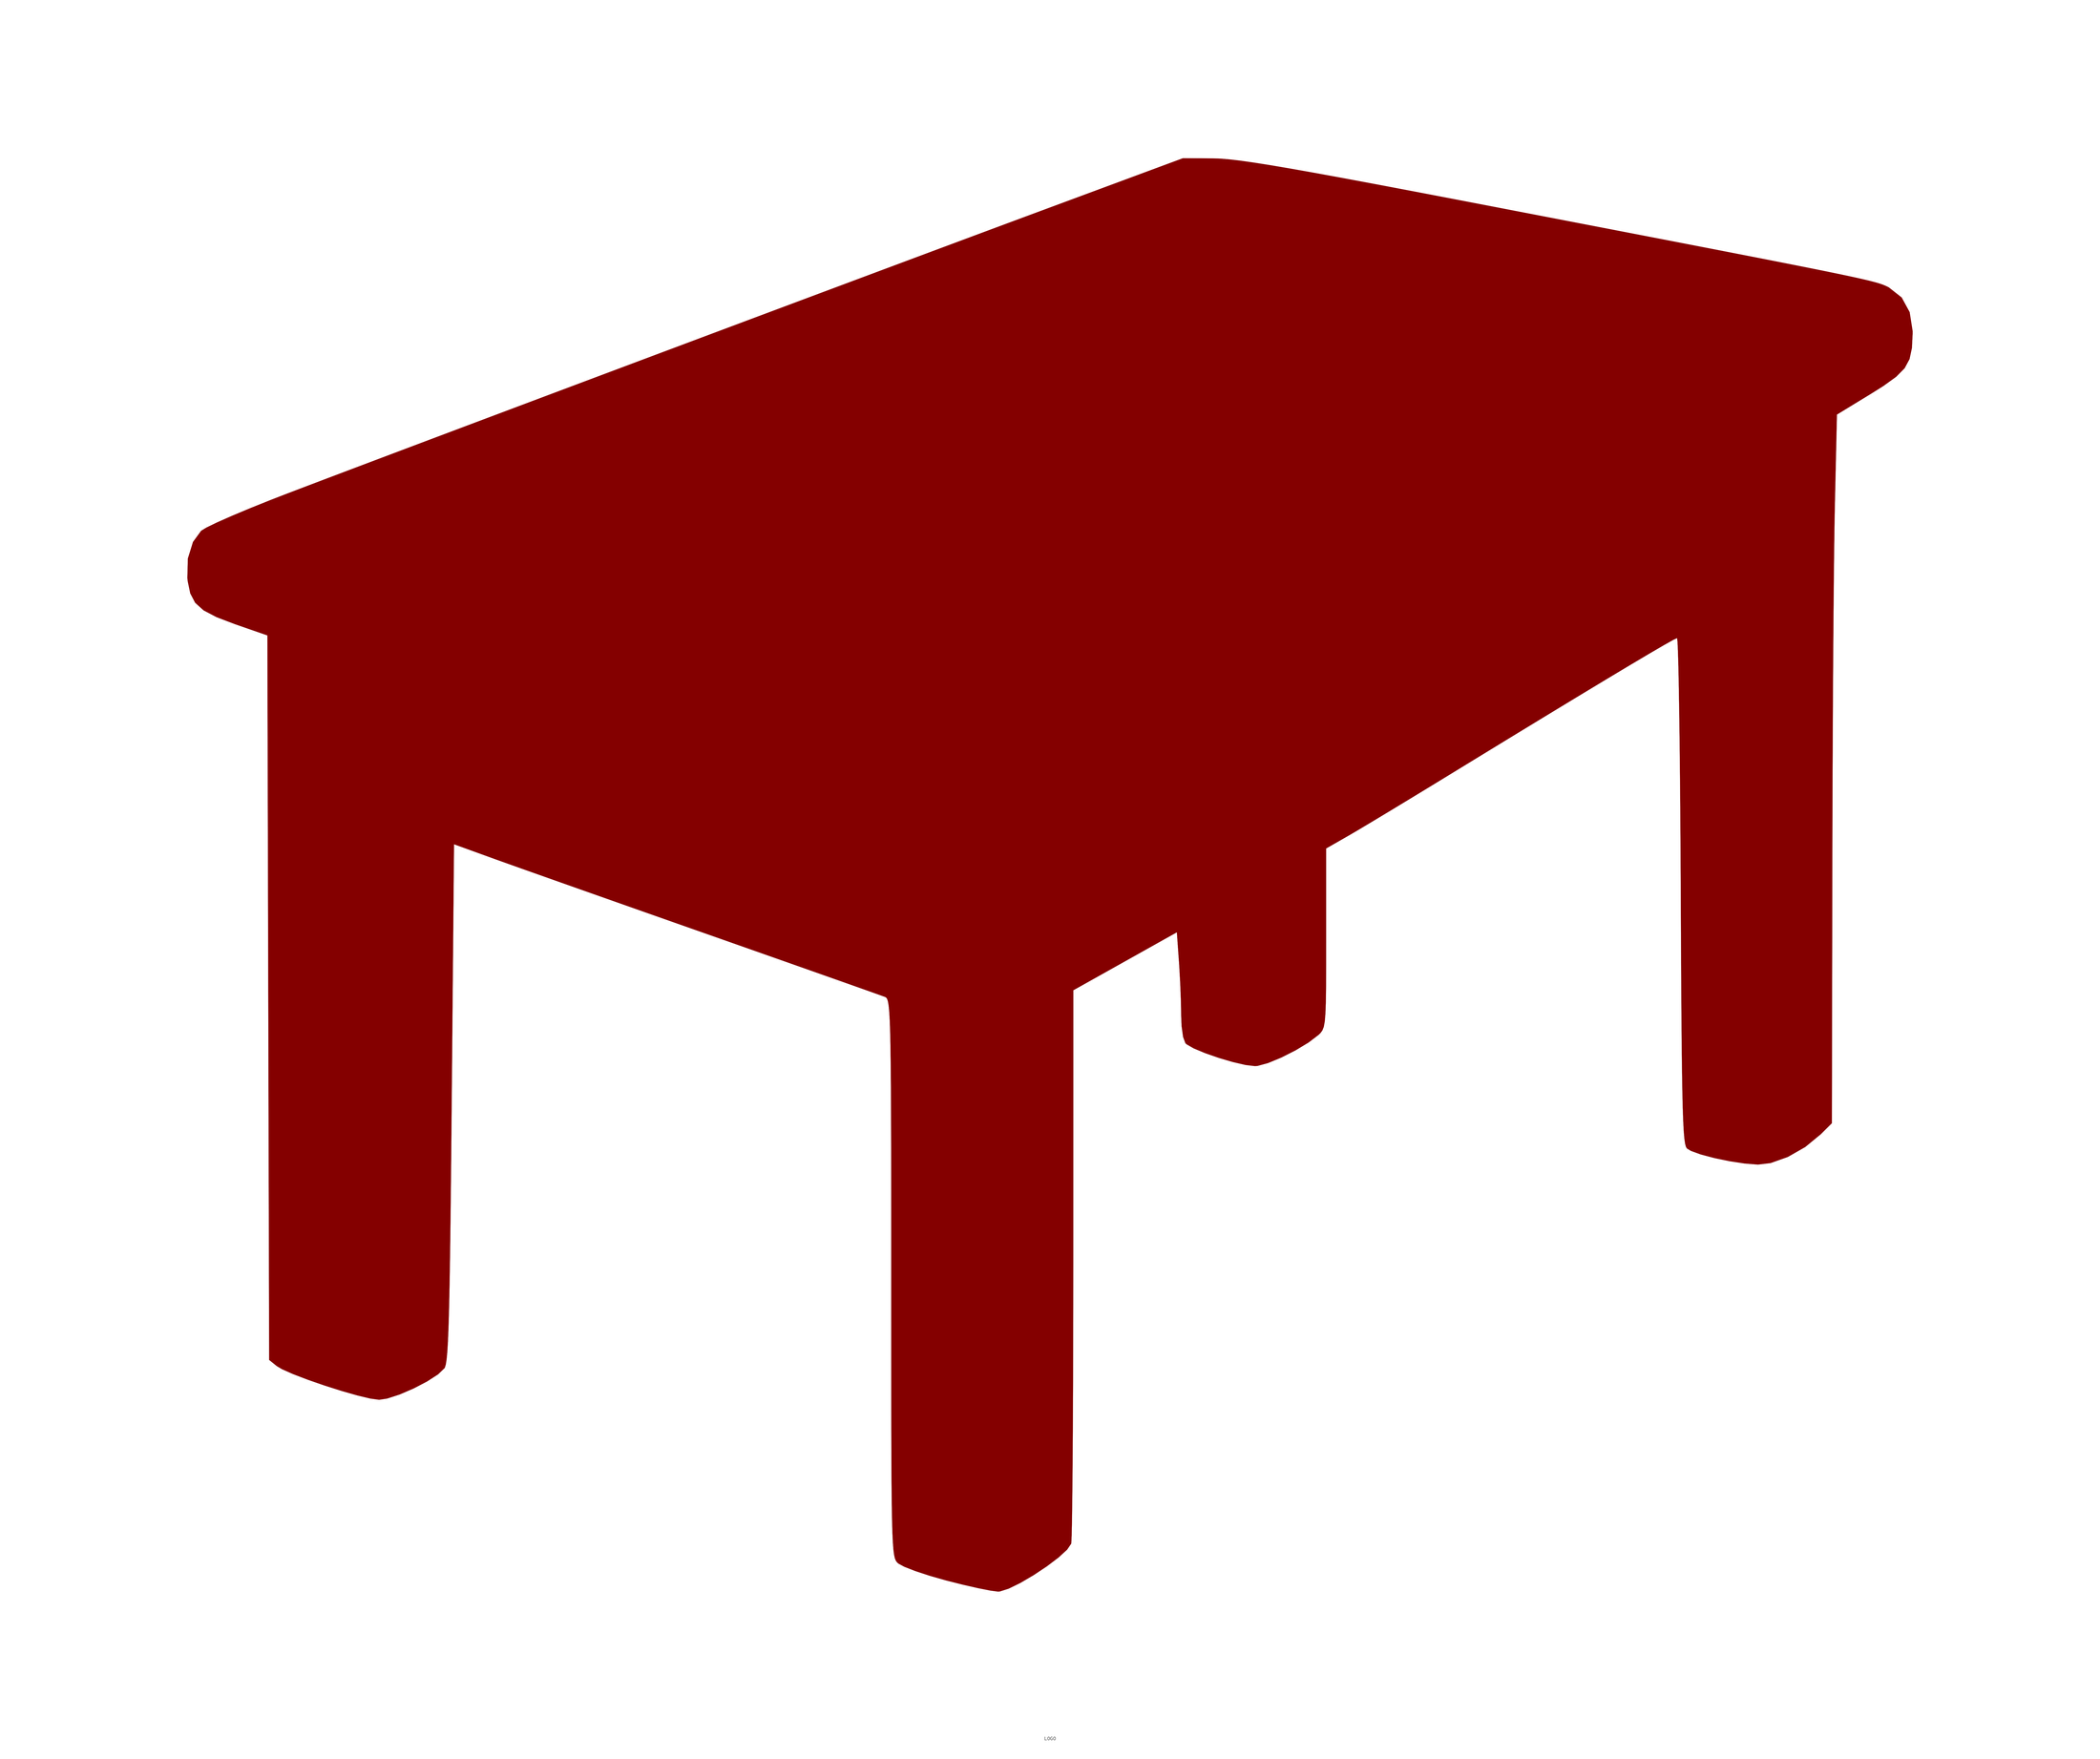
<source format=kicad_sym>
(kicad_symbol_lib
  (version 20210619)
  (generator bitmap2component)
  (symbol "LOGO"
    (pin_names
      (offset 1.016))
    (property "Reference" "#G"
      (at 0 192.586 0)
      (effects (font (size 1.27 1.27)) hide))
    (symbol "LOGO_0_0"
      (polyline (pts (xy -13.429 -193.119) (xy -11.045 -192.364) (xy -7.866 -190.805) (xy -4.296 -188.708) (xy -0.741 -186.339) (xy 2.395 -183.962) (xy 4.707 -181.843) (xy 5.791 -180.247) (xy 5.826 -179.951) (xy 5.908 -178.022) (xy 5.986 -174.478) (xy 6.059 -169.459) (xy 6.126 -163.105) (xy 6.185 -155.556) (xy 6.237 -146.951) (xy 6.28 -137.431) (xy 6.312 -127.135) (xy 6.334 -116.203) (xy 6.343 -104.775) (xy 6.361 -31.296) (xy 20.29 -23.491) (xy 34.219 -15.686) (xy 34.799 -23.858) (xy 34.856 -24.695) (xy 35.121 -29.434) (xy 35.308 -34.196) (xy 35.379 -38.066) (xy 35.49 -40.917) (xy 35.894 -43.845) (xy 36.513 -45.534) (xy 36.811 -45.822) (xy 38.753 -46.936) (xy 41.813 -48.215) (xy 45.493 -49.497) (xy 49.294 -50.615) (xy 52.717 -51.407) (xy 55.264 -51.707) (xy 55.915 -51.655) (xy 58.74 -50.886) (xy 62.331 -49.402) (xy 66.152 -47.467) (xy 69.668 -45.345) (xy 72.345 -43.299) (xy 72.863 -42.793) (xy 73.36 -42.117) (xy 73.736 -41.161) (xy 74.006 -39.706) (xy 74.188 -37.533) (xy 74.3 -34.422) (xy 74.359 -30.154) (xy 74.382 -24.51) (xy 74.386 -17.271) (xy 74.386 6.871) (xy 80.509 10.379) (xy 80.574 10.416) (xy 83.028 11.856) (xy 86.746 14.077) (xy 91.459 16.916) (xy 96.895 20.209) (xy 102.785 23.793) (xy 108.857 27.505) (xy 111.224 28.955) (xy 122.473 35.834) (xy 132.645 42.034) (xy 141.681 47.521) (xy 149.523 52.258) (xy 156.114 56.212) (xy 161.396 59.349) (xy 165.31 61.632) (xy 167.798 63.027) (xy 168.804 63.5) (xy 168.811 63.497) (xy 168.929 62.509) (xy 169.048 59.855) (xy 169.166 55.676) (xy 169.282 50.112) (xy 169.392 43.303) (xy 169.496 35.39) (xy 169.591 26.512) (xy 169.675 16.81) (xy 169.745 6.425) (xy 169.801 -4.504) (xy 169.849 -15.329) (xy 169.909 -26.818) (xy 169.972 -36.71) (xy 170.043 -45.123) (xy 170.123 -52.175) (xy 170.216 -57.987) (xy 170.323 -62.675) (xy 170.45 -66.359) (xy 170.596 -69.157) (xy 170.767 -71.189) (xy 170.964 -72.572) (xy 171.191 -73.424) (xy 171.45 -73.866) (xy 172.529 -74.523) (xy 175.201 -75.491) (xy 178.827 -76.455) (xy 182.919 -77.304) (xy 186.991 -77.926) (xy 190.554 -78.211) (xy 193.96 -77.807) (xy 198.602 -76.159) (xy 203.283 -73.485) (xy 207.465 -70.046) (xy 210.457 -67.068) (xy 210.577 3.886) (xy 210.6 14.33) (xy 210.639 26.309) (xy 210.69 38.137) (xy 210.751 49.607) (xy 210.821 60.511) (xy 210.899 70.64) (xy 210.983 79.786) (xy 211.072 87.742) (xy 211.164 94.3) (xy 211.257 99.251) (xy 211.818 123.664) (xy 220.889 129.201) (xy 224.29 131.337) (xy 227.753 133.832) (xy 230.024 136.132) (xy 231.352 138.598) (xy 231.987 141.587) (xy 232.177 145.459) (xy 232.175 146.148) (xy 231.383 151.232) (xy 229.232 155.173) (xy 225.756 157.905) (xy 225.509 158.031) (xy 224.894 158.324) (xy 224.184 158.617) (xy 223.278 158.929) (xy 222.077 159.281) (xy 220.483 159.693) (xy 218.396 160.186) (xy 215.718 160.779) (xy 212.348 161.493) (xy 208.188 162.347) (xy 203.139 163.363) (xy 197.102 164.56) (xy 189.977 165.959) (xy 181.665 167.579) (xy 172.067 169.442) (xy 161.085 171.567) (xy 148.618 173.975) (xy 134.568 176.685) (xy 118.836 179.718) (xy 110.005 181.418) (xy 98.02 183.712) (xy 87.607 185.686) (xy 78.641 187.362) (xy 70.996 188.761) (xy 64.548 189.905) (xy 59.172 190.815) (xy 54.743 191.513) (xy 51.136 192.021) (xy 48.226 192.359) (xy 45.888 192.55) (xy 43.996 192.614) (xy 35.832 192.657) (xy -2.268 178.526) (xy -10.312 175.539) (xy -19.846 171.99) (xy -30.386 168.06) (xy -41.771 163.809) (xy -53.843 159.297) (xy -66.444 154.583) (xy -79.413 149.728) (xy -92.591 144.79) (xy -105.82 139.829) (xy -118.94 134.906) (xy -131.793 130.079) (xy -144.219 125.409) (xy -156.058 120.956) (xy -167.153 116.778) (xy -177.343 112.936) (xy -186.47 109.49) (xy -194.375 106.499) (xy -200.898 104.022) (xy -205.88 102.121) (xy -209.546 100.697) (xy -215.11 98.463) (xy -220.033 96.399) (xy -224.05 94.62) (xy -226.896 93.242) (xy -228.306 92.379) (xy -230.5 89.372) (xy -231.879 84.912) (xy -232.007 79.655) (xy -231.916 78.811) (xy -231.235 75.528) (xy -229.912 73.008) (xy -227.661 70.975) (xy -224.199 69.151) (xy -219.24 67.26) (xy -210.481 64.217) (xy -210.242 -33.286) (xy -210.004 -130.789) (xy -207.949 -132.452) (xy -206.54 -133.291) (xy -203.554 -134.615) (xy -199.596 -136.128) (xy -195.1 -137.686) (xy -190.5 -139.147) (xy -186.23 -140.367) (xy -182.723 -141.204) (xy -180.415 -141.514) (xy -178.276 -141.191) (xy -174.896 -140.096) (xy -171.128 -138.473) (xy -167.505 -136.58) (xy -164.56 -134.674) (xy -162.825 -133.013) (xy -162.716 -132.807) (xy -162.478 -131.994) (xy -162.266 -130.632) (xy -162.077 -128.605) (xy -161.908 -125.8) (xy -161.755 -122.1) (xy -161.616 -117.392) (xy -161.488 -111.559) (xy -161.366 -104.487) (xy -161.25 -96.061) (xy -161.134 -86.165) (xy -161.016 -74.685) (xy -160.893 -61.506) (xy -160.269 8.005) (xy -150.211 4.357) (xy -149.238 4.005) (xy -145.787 2.771) (xy -140.91 1.036) (xy -134.809 -1.128) (xy -127.684 -3.649) (xy -119.738 -6.457) (xy -111.171 -9.48) (xy -102.185 -12.648) (xy -92.982 -15.888) (xy -87.667 -17.758) (xy -79.069 -20.786) (xy -71.054 -23.612) (xy -63.782 -26.178) (xy -57.415 -28.427) (xy -52.114 -30.304) (xy -48.041 -31.749) (xy -45.357 -32.708) (xy -44.223 -33.121) (xy -43.995 -33.261) (xy -43.739 -33.62) (xy -43.518 -34.293) (xy -43.328 -35.395) (xy -43.168 -37.04) (xy -43.034 -39.344) (xy -42.924 -42.424) (xy -42.837 -46.393) (xy -42.769 -51.369) (xy -42.718 -57.466) (xy -42.682 -64.8) (xy -42.658 -73.486) (xy -42.644 -83.64) (xy -42.637 -95.377) (xy -42.636 -108.814) (xy -42.636 -117.586) (xy -42.633 -129.894) (xy -42.626 -140.58) (xy -42.611 -149.763) (xy -42.585 -157.56) (xy -42.545 -164.09) (xy -42.489 -169.469) (xy -42.414 -173.815) (xy -42.317 -177.247) (xy -42.194 -179.882) (xy -42.044 -181.838) (xy -41.863 -183.233) (xy -41.649 -184.184) (xy -41.398 -184.809) (xy -41.108 -185.225) (xy -40.776 -185.552) (xy -40.746 -185.578) (xy -39.114 -186.465) (xy -36.146 -187.622) (xy -32.254 -188.901) (xy -27.849 -190.157) (xy -27.79 -190.172) (xy -23.281 -191.307) (xy -19.158 -192.247) (xy -15.876 -192.893) (xy -13.888 -193.15) (xy -13.429 -193.119)) (stroke (width 0.01)) (fill (type outline))))))
</source>
